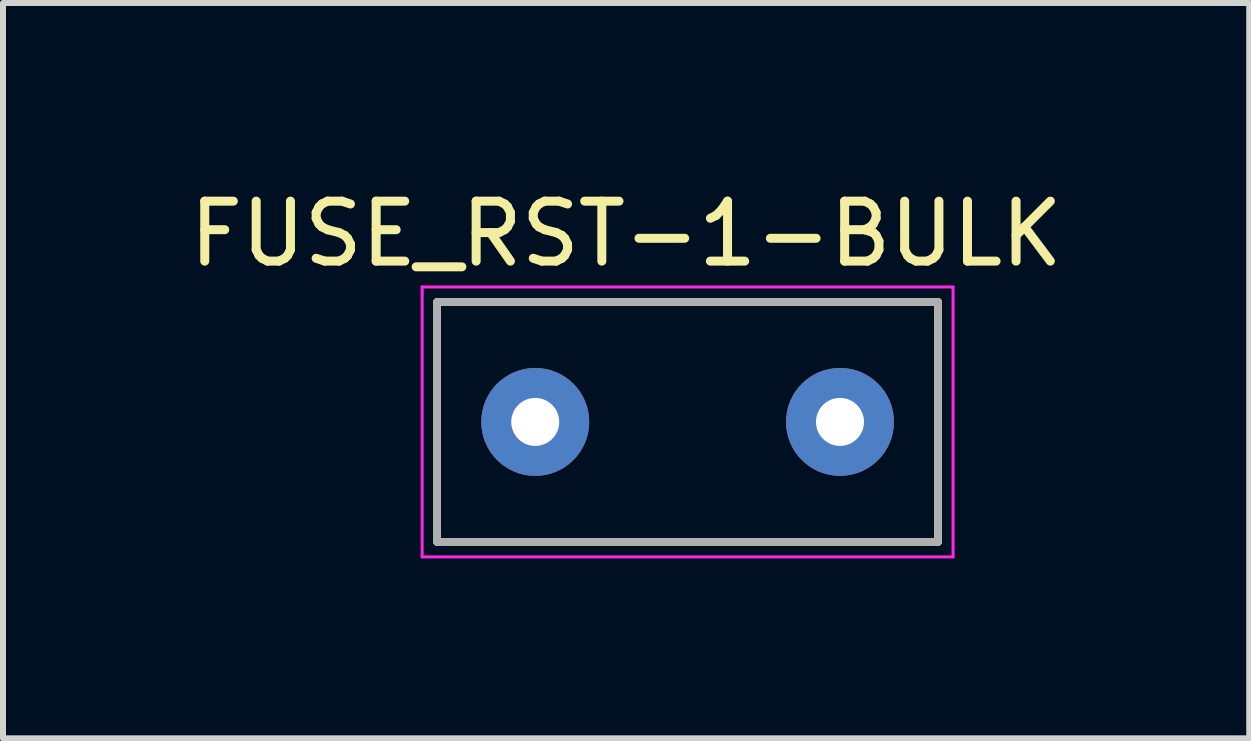
<source format=kicad_pcb>
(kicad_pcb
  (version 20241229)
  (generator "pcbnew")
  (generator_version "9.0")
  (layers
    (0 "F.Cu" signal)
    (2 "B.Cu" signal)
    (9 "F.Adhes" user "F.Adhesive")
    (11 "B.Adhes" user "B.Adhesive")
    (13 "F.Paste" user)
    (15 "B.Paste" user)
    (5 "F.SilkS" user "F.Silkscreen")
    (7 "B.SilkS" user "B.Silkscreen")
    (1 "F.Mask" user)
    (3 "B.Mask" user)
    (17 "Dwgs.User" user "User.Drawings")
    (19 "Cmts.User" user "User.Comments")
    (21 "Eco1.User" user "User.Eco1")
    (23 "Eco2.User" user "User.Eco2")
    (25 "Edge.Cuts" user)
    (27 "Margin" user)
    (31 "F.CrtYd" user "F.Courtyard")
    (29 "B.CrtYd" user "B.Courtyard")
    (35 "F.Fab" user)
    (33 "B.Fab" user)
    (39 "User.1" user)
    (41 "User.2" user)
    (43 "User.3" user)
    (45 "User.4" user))
  (footprint "FUSE_RST-1-BULK"
    (layer "F.Cu")
    (at 8.412 3.983)
    (property "Reference" "FUSE_RST-1-BULK" (at -1.025 -3.135 0) (layer "F.SilkS") (effects (font (size 1 1) (thickness 0.15))))
    (attr through_hole)
    (fp_line (start -4.175 -2) (end 4.175 -2) (stroke (width 0.127) (type solid)) (layer "F.SilkS"))
    (fp_line (start -4.175 2) (end -4.175 -2) (stroke (width 0.127) (type solid)) (layer "F.SilkS"))
    (fp_line (start 4.175 -2) (end 4.175 2) (stroke (width 0.127) (type solid)) (layer "F.SilkS"))
    (fp_line (start 4.175 2) (end -4.175 2) (stroke (width 0.127) (type solid)) (layer "F.SilkS"))
    (fp_line (start -4.425 -2.25) (end 4.425 -2.25) (stroke (width 0.05) (type solid)) (layer "F.CrtYd"))
    (fp_line (start -4.425 2.25) (end -4.425 -2.25) (stroke (width 0.05) (type solid)) (layer "F.CrtYd"))
    (fp_line (start 4.425 -2.25) (end 4.425 2.25) (stroke (width 0.05) (type solid)) (layer "F.CrtYd"))
    (fp_line (start 4.425 2.25) (end -4.425 2.25) (stroke (width 0.05) (type solid)) (layer "F.CrtYd"))
    (fp_line (start -4.175 -2) (end 4.175 -2) (stroke (width 0.127) (type solid)) (layer "F.Fab"))
    (fp_line (start -4.175 2) (end -4.175 -2) (stroke (width 0.127) (type solid)) (layer "F.Fab"))
    (fp_line (start 4.175 -2) (end 4.175 2) (stroke (width 0.127) (type solid)) (layer "F.Fab"))
    (fp_line (start 4.175 2) (end -4.175 2) (stroke (width 0.127) (type solid)) (layer "F.Fab"))
    (pad "1" thru_hole circle (at -2.54 0) (size 1.8 1.8) (drill 0.8) (layers "*.Cu" "*.Mask"))
    (pad "2" thru_hole circle (at 2.54 0) (size 1.8 1.8) (drill 0.8) (layers "*.Cu" "*.Mask")))
  (gr_rect
    (start -3 -3)
    (end 17.774 9.258)
    (stroke (width 0.1) (type default))
    (fill no)
    (layer "Edge.Cuts")))
</source>
